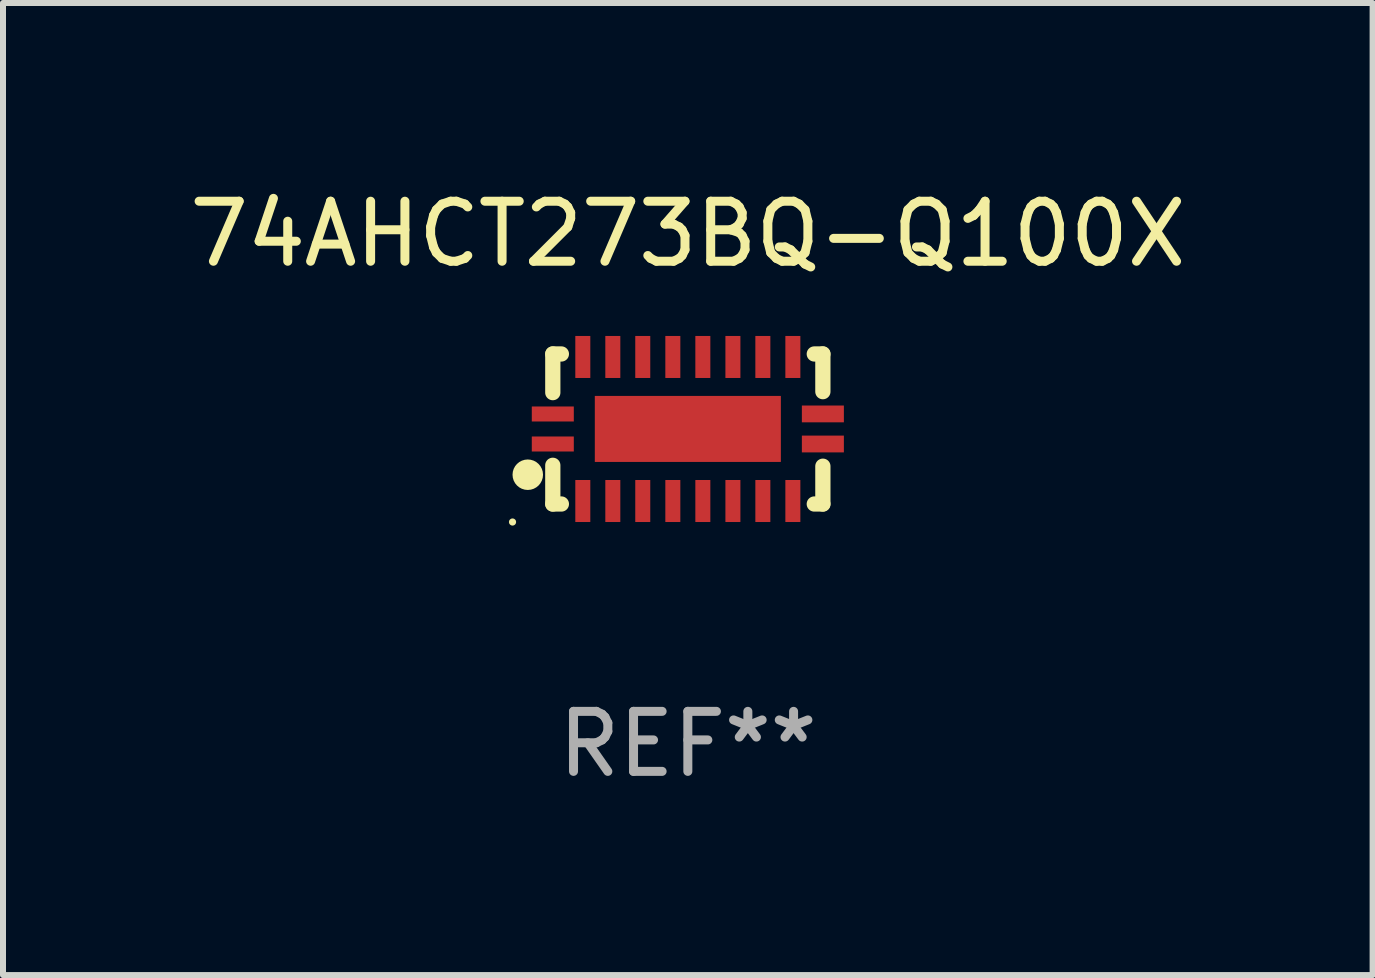
<source format=kicad_pcb>
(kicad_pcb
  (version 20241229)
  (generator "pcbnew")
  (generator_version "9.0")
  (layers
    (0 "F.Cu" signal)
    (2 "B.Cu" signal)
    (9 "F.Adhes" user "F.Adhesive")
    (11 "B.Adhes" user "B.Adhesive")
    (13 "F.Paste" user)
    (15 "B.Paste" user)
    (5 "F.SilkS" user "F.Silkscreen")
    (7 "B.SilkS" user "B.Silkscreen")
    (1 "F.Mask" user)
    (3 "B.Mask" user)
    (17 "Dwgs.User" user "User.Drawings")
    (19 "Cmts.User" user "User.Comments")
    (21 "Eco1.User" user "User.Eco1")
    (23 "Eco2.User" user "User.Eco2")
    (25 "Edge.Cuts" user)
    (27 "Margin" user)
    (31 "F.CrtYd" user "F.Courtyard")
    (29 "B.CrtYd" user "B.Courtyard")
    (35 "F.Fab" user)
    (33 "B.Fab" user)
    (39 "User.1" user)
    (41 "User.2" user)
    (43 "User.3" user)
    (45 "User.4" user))
  (footprint "74AHCT273BQ-Q100X"
    (layer "F.Cu")
    (at 8.411 4.098)
    (property "Reference" "74AHCT273BQ-Q100X" (at 0 -3.25 0) (layer "F.SilkS") (effects (font (size 1 1) (thickness 0.15))))
    (attr through_hole)
    (fp_line (start -2.25 0.605) (end -2.25 1.25) (stroke (width 0.254) (type solid)) (layer "F.SilkS"))
    (fp_line (start -2.25 1.25) (end -2.107 1.25) (stroke (width 0.254) (type solid)) (layer "F.SilkS"))
    (fp_line (start -2.25 -1.25) (end -2.25 -0.606) (stroke (width 0.254) (type solid)) (layer "F.SilkS"))
    (fp_line (start -2.25 -1.25) (end -2.107 -1.25) (stroke (width 0.254) (type solid)) (layer "F.SilkS"))
    (fp_line (start 2.107 -1.25) (end 2.25 -1.25) (stroke (width 0.254) (type solid)) (layer "F.SilkS"))
    (fp_line (start 2.107 1.25) (end 2.25 1.25) (stroke (width 0.254) (type solid)) (layer "F.SilkS"))
    (fp_line (start 2.25 -1.25) (end 2.25 -0.622) (stroke (width 0.254) (type solid)) (layer "F.SilkS"))
    (fp_line (start 2.25 0.62) (end 2.25 1.25) (stroke (width 0.254) (type solid)) (layer "F.SilkS"))
    (fp_circle (center -2.921 1.55) (end -2.891 1.55) (stroke (width 0.06) (type solid)) (fill no) (layer "F.SilkS"))
    (fp_circle (center -2.667 0.762) (end -2.54 0.762) (stroke (width 0.254) (type solid)) (fill no) (layer "F.SilkS"))
    (fp_text user "REF**" (at 0 5.25 0) (layer "F.Fab") (effects (font (size 1 1) (thickness 0.15))))
    (pad "1" smd rect (at -2.25 0.25 180) (size 0.7 0.25) (layers "F.Cu" "F.Mask" "F.Paste"))
    (pad "2" smd rect (at -1.75 1.2 90) (size 0.7 0.25) (layers "F.Cu" "F.Mask" "F.Paste"))
    (pad "3" smd rect (at -1.25 1.2 90) (size 0.7 0.25) (layers "F.Cu" "F.Mask" "F.Paste"))
    (pad "4" smd rect (at -0.751 1.2 90) (size 0.7 0.25) (layers "F.Cu" "F.Mask" "F.Paste"))
    (pad "5" smd rect (at -0.25 1.2 90) (size 0.7 0.25) (layers "F.Cu" "F.Mask" "F.Paste"))
    (pad "6" smd rect (at 0.25 1.2 90) (size 0.7 0.25) (layers "F.Cu" "F.Mask" "F.Paste"))
    (pad "7" smd rect (at 0.751 1.2 90) (size 0.7 0.25) (layers "F.Cu" "F.Mask" "F.Paste"))
    (pad "8" smd rect (at 1.25 1.2 90) (size 0.7 0.25) (layers "F.Cu" "F.Mask" "F.Paste"))
    (pad "9" smd rect (at 1.75 1.2 90) (size 0.7 0.25) (layers "F.Cu" "F.Mask" "F.Paste"))
    (pad "10" smd rect (at 2.25 0.25 180) (size 0.7 0.28) (layers "F.Cu" "F.Mask" "F.Paste"))
    (pad "11" smd rect (at 2.25 -0.251 180) (size 0.7 0.28) (layers "F.Cu" "F.Mask" "F.Paste"))
    (pad "12" smd rect (at 1.75 -1.2 90) (size 0.7 0.25) (layers "F.Cu" "F.Mask" "F.Paste"))
    (pad "13" smd rect (at 1.25 -1.2 90) (size 0.7 0.25) (layers "F.Cu" "F.Mask" "F.Paste"))
    (pad "14" smd rect (at 0.751 -1.2 90) (size 0.7 0.25) (layers "F.Cu" "F.Mask" "F.Paste"))
    (pad "15" smd rect (at 0.25 -1.2 90) (size 0.7 0.25) (layers "F.Cu" "F.Mask" "F.Paste"))
    (pad "16" smd rect (at -0.25 -1.2 90) (size 0.7 0.25) (layers "F.Cu" "F.Mask" "F.Paste"))
    (pad "17" smd rect (at -0.751 -1.2 90) (size 0.7 0.25) (layers "F.Cu" "F.Mask" "F.Paste"))
    (pad "18" smd rect (at -1.25 -1.2 90) (size 0.7 0.25) (layers "F.Cu" "F.Mask" "F.Paste"))
    (pad "19" smd rect (at -1.75 -1.2 90) (size 0.7 0.25) (layers "F.Cu" "F.Mask" "F.Paste"))
    (pad "20" smd rect (at -2.25 -0.25 180) (size 0.7 0.25) (layers "F.Cu" "F.Mask" "F.Paste"))
    (pad "21" smd rect (at 0 -0.001 180) (size 3.1 1.1) (layers "F.Cu" "F.Mask" "F.Paste")))
  (gr_rect
    (start -3 -3)
    (end 19.821 13.197)
    (stroke (width 0.1) (type default))
    (fill no)
    (layer "Edge.Cuts")))
</source>
